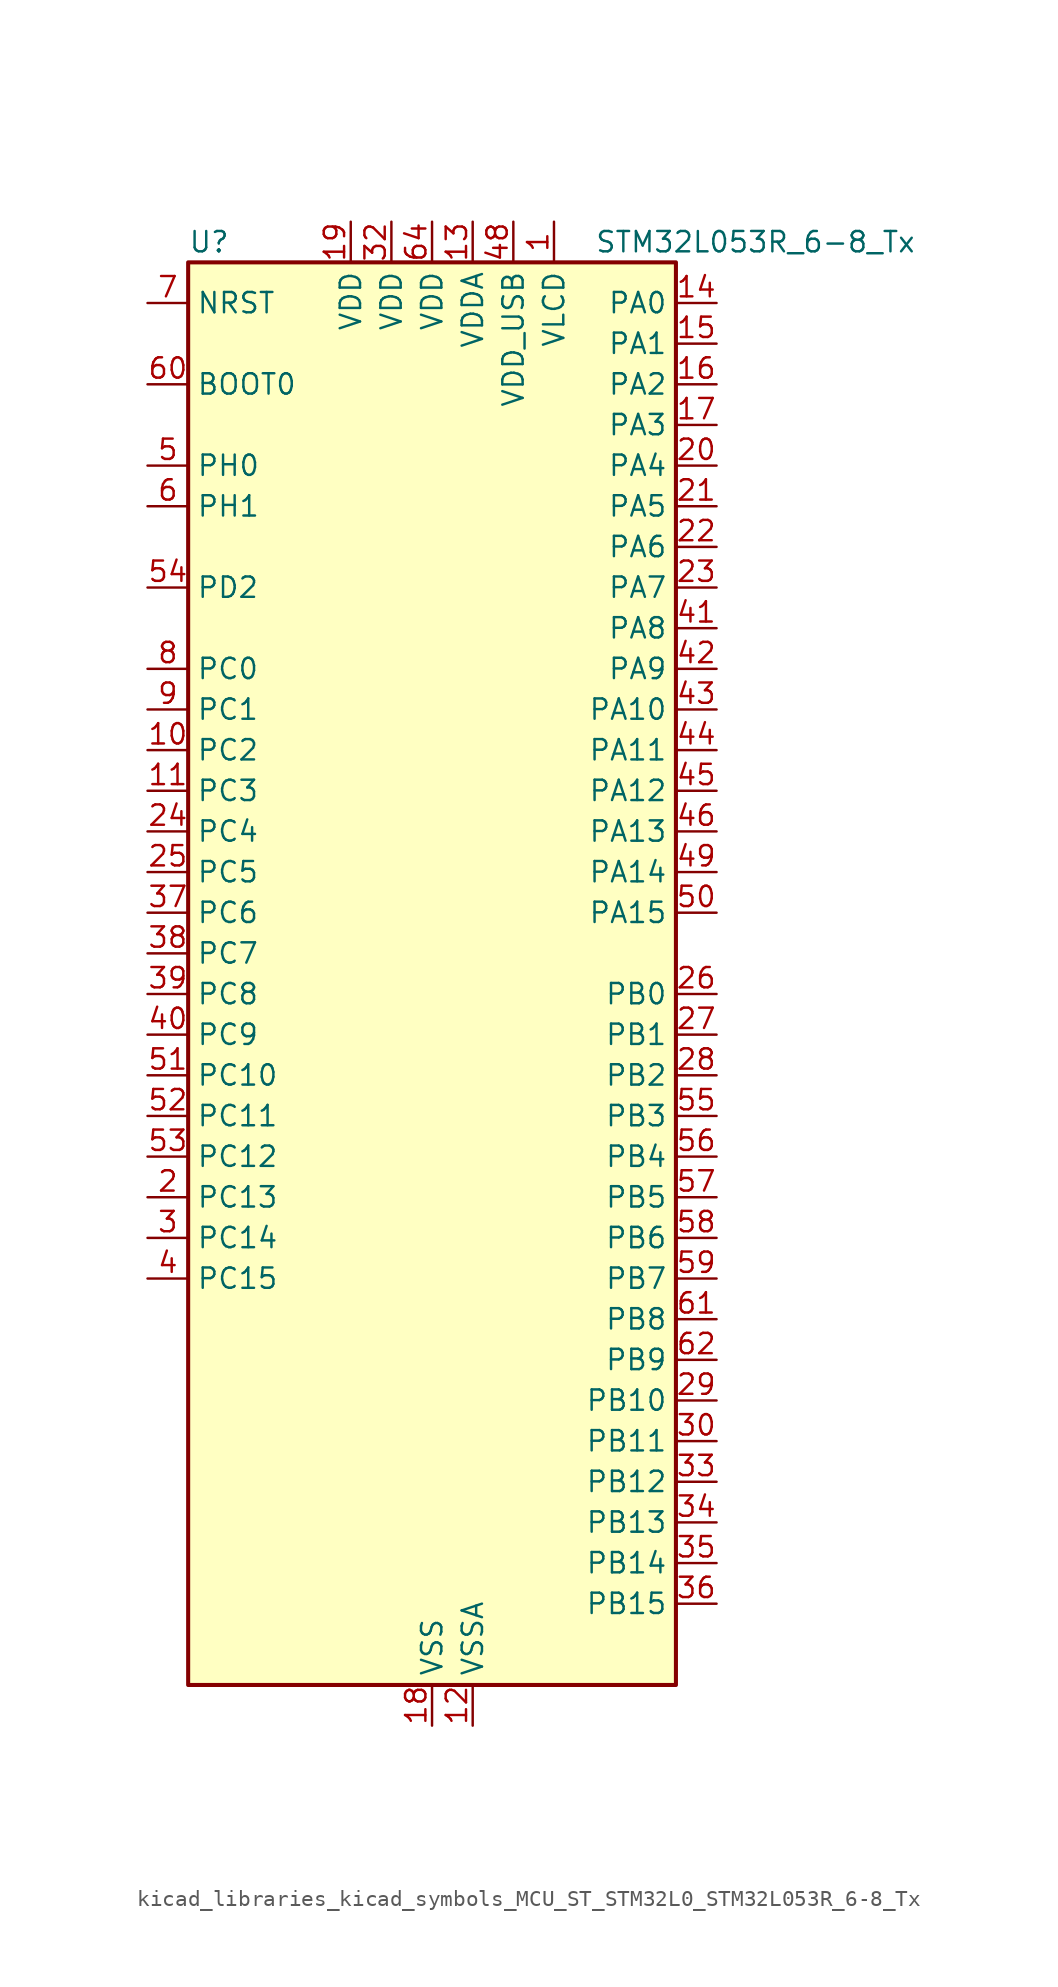
<source format=kicad_sym>
(kicad_symbol_lib
  (version 20220914)
  (generator kicad_symbol_editor)
  (symbol "kicad_libraries_kicad_symbols_MCU_ST_STM32L0_STM32L053R_6-8_Tx"
    (property "Reference" "U"
      (at -15.24 46.99 0)
      (effects (font (size 1.27 1.27)) (justify left)))
    (property "Value" "STM32L053R_6-8_Tx"
      (at 10.16 46.99 0)
      (effects (font (size 1.27 1.27)) (justify left)))
    (property "ki_locked" ""
      (at 0 0 0)
      (effects (font (size 1.27 1.27))))
    (symbol "kicad_libraries_kicad_symbols_MCU_ST_STM32L0_STM32L053R_6-8_Tx_0_1"
      (rectangle (start -15.24 -43.18) (end 15.24 45.72) (stroke (width 0.254) (type default)) (fill (type background))))
    (symbol "kicad_libraries_kicad_symbols_MCU_ST_STM32L0_STM32L053R_6-8_Tx_1_1"
      (pin power_in line (at 7.62 48.26 270) (length 2.54) (name "VLCD" (effects (font (size 1.27 1.27)))) (number "1" (effects (font (size 1.27 1.27)))))
      (pin bidirectional line (at -17.78 15.24 0) (length 2.54) (name "PC2" (effects (font (size 1.27 1.27)))) (number "10" (effects (font (size 1.27 1.27)))) (alternate "ADC_IN12" bidirectional line) (alternate "I2S2_MCK" bidirectional line) (alternate "LCD_SEG20" bidirectional line) (alternate "LPTIM1_IN2" bidirectional line) (alternate "SPI2_MISO" bidirectional line) (alternate "TSC_G7_IO3" bidirectional line))
      (pin bidirectional line (at -17.78 12.7 0) (length 2.54) (name "PC3" (effects (font (size 1.27 1.27)))) (number "11" (effects (font (size 1.27 1.27)))) (alternate "ADC_IN13" bidirectional line) (alternate "I2S2_SD" bidirectional line) (alternate "LCD_SEG21" bidirectional line) (alternate "LPTIM1_ETR" bidirectional line) (alternate "SPI2_MOSI" bidirectional line) (alternate "TSC_G7_IO4" bidirectional line))
      (pin power_in line (at 2.54 -45.72 90) (length 2.54) (name "VSSA" (effects (font (size 1.27 1.27)))) (number "12" (effects (font (size 1.27 1.27)))))
      (pin power_in line (at 2.54 48.26 270) (length 2.54) (name "VDDA" (effects (font (size 1.27 1.27)))) (number "13" (effects (font (size 1.27 1.27)))))
      (pin bidirectional line (at 17.78 43.18 180) (length 2.54) (name "PA0" (effects (font (size 1.27 1.27)))) (number "14" (effects (font (size 1.27 1.27)))) (alternate "ADC_IN0" bidirectional line) (alternate "COMP1_INM" bidirectional line) (alternate "COMP1_OUT" bidirectional line) (alternate "RTC_TAMP2" bidirectional line) (alternate "SYS_WKUP1" bidirectional line) (alternate "TIM2_CH1" bidirectional line) (alternate "TIM2_ETR" bidirectional line) (alternate "TSC_G1_IO1" bidirectional line) (alternate "USART2_CTS" bidirectional line))
      (pin bidirectional line (at 17.78 40.64 180) (length 2.54) (name "PA1" (effects (font (size 1.27 1.27)))) (number "15" (effects (font (size 1.27 1.27)))) (alternate "ADC_IN1" bidirectional line) (alternate "COMP1_INP" bidirectional line) (alternate "LCD_SEG0" bidirectional line) (alternate "TIM21_ETR" bidirectional line) (alternate "TIM2_CH2" bidirectional line) (alternate "TSC_G1_IO2" bidirectional line) (alternate "USART2_DE" bidirectional line) (alternate "USART2_RTS" bidirectional line))
      (pin bidirectional line (at 17.78 38.1 180) (length 2.54) (name "PA2" (effects (font (size 1.27 1.27)))) (number "16" (effects (font (size 1.27 1.27)))) (alternate "ADC_IN2" bidirectional line) (alternate "COMP2_INM" bidirectional line) (alternate "COMP2_OUT" bidirectional line) (alternate "LCD_SEG1" bidirectional line) (alternate "TIM21_CH1" bidirectional line) (alternate "TIM2_CH3" bidirectional line) (alternate "TSC_G1_IO3" bidirectional line) (alternate "USART2_TX" bidirectional line))
      (pin bidirectional line (at 17.78 35.56 180) (length 2.54) (name "PA3" (effects (font (size 1.27 1.27)))) (number "17" (effects (font (size 1.27 1.27)))) (alternate "ADC_IN3" bidirectional line) (alternate "COMP2_INP" bidirectional line) (alternate "LCD_SEG2" bidirectional line) (alternate "TIM21_CH2" bidirectional line) (alternate "TIM2_CH4" bidirectional line) (alternate "TSC_G1_IO4" bidirectional line) (alternate "USART2_RX" bidirectional line))
      (pin power_in line (at 0 -45.72 90) (length 2.54) (name "VSS" (effects (font (size 1.27 1.27)))) (number "18" (effects (font (size 1.27 1.27)))))
      (pin power_in line (at -5.08 48.26 270) (length 2.54) (name "VDD" (effects (font (size 1.27 1.27)))) (number "19" (effects (font (size 1.27 1.27)))))
      (pin bidirectional line (at -17.78 -12.7 0) (length 2.54) (name "PC13" (effects (font (size 1.27 1.27)))) (number "2" (effects (font (size 1.27 1.27)))) (alternate "RTC_OUT_ALARM" bidirectional line) (alternate "RTC_OUT_CALIB" bidirectional line) (alternate "RTC_TAMP1" bidirectional line) (alternate "RTC_TS" bidirectional line) (alternate "SYS_WKUP2" bidirectional line))
      (pin bidirectional line (at 17.78 33.02 180) (length 2.54) (name "PA4" (effects (font (size 1.27 1.27)))) (number "20" (effects (font (size 1.27 1.27)))) (alternate "ADC_IN4" bidirectional line) (alternate "COMP1_INM" bidirectional line) (alternate "COMP2_INM" bidirectional line) (alternate "DAC_OUT1" bidirectional line) (alternate "SPI1_NSS" bidirectional line) (alternate "TIM22_ETR" bidirectional line) (alternate "TSC_G2_IO1" bidirectional line) (alternate "USART2_CK" bidirectional line))
      (pin bidirectional line (at 17.78 30.48 180) (length 2.54) (name "PA5" (effects (font (size 1.27 1.27)))) (number "21" (effects (font (size 1.27 1.27)))) (alternate "ADC_IN5" bidirectional line) (alternate "COMP1_INM" bidirectional line) (alternate "COMP2_INM" bidirectional line) (alternate "SPI1_SCK" bidirectional line) (alternate "TIM2_CH1" bidirectional line) (alternate "TIM2_ETR" bidirectional line) (alternate "TSC_G2_IO2" bidirectional line))
      (pin bidirectional line (at 17.78 27.94 180) (length 2.54) (name "PA6" (effects (font (size 1.27 1.27)))) (number "22" (effects (font (size 1.27 1.27)))) (alternate "ADC_IN6" bidirectional line) (alternate "COMP1_OUT" bidirectional line) (alternate "LCD_SEG3" bidirectional line) (alternate "LPUART1_CTS" bidirectional line) (alternate "SPI1_MISO" bidirectional line) (alternate "TIM22_CH1" bidirectional line) (alternate "TSC_G2_IO3" bidirectional line))
      (pin bidirectional line (at 17.78 25.4 180) (length 2.54) (name "PA7" (effects (font (size 1.27 1.27)))) (number "23" (effects (font (size 1.27 1.27)))) (alternate "ADC_IN7" bidirectional line) (alternate "COMP2_OUT" bidirectional line) (alternate "LCD_SEG4" bidirectional line) (alternate "SPI1_MOSI" bidirectional line) (alternate "TIM22_CH2" bidirectional line) (alternate "TSC_G2_IO4" bidirectional line))
      (pin bidirectional line (at -17.78 10.16 0) (length 2.54) (name "PC4" (effects (font (size 1.27 1.27)))) (number "24" (effects (font (size 1.27 1.27)))) (alternate "ADC_IN14" bidirectional line) (alternate "LCD_SEG22" bidirectional line) (alternate "LPUART1_TX" bidirectional line))
      (pin bidirectional line (at -17.78 7.62 0) (length 2.54) (name "PC5" (effects (font (size 1.27 1.27)))) (number "25" (effects (font (size 1.27 1.27)))) (alternate "ADC_IN15" bidirectional line) (alternate "LCD_SEG23" bidirectional line) (alternate "LPUART1_RX" bidirectional line) (alternate "TSC_G3_IO1" bidirectional line))
      (pin bidirectional line (at 17.78 0 180) (length 2.54) (name "PB0" (effects (font (size 1.27 1.27)))) (number "26" (effects (font (size 1.27 1.27)))) (alternate "ADC_IN8" bidirectional line) (alternate "LCD_SEG5" bidirectional line) (alternate "LCD_VLCD3" bidirectional line) (alternate "SYS_VREF_OUT_PB0" bidirectional line) (alternate "TSC_G3_IO2" bidirectional line))
      (pin bidirectional line (at 17.78 -2.54 180) (length 2.54) (name "PB1" (effects (font (size 1.27 1.27)))) (number "27" (effects (font (size 1.27 1.27)))) (alternate "ADC_IN9" bidirectional line) (alternate "LCD_SEG6" bidirectional line) (alternate "LPUART1_DE" bidirectional line) (alternate "LPUART1_RTS" bidirectional line) (alternate "SYS_VREF_OUT_PB1" bidirectional line) (alternate "TSC_G3_IO3" bidirectional line))
      (pin bidirectional line (at 17.78 -5.08 180) (length 2.54) (name "PB2" (effects (font (size 1.27 1.27)))) (number "28" (effects (font (size 1.27 1.27)))) (alternate "LCD_VLCD1" bidirectional line) (alternate "LPTIM1_OUT" bidirectional line) (alternate "TSC_G3_IO4" bidirectional line))
      (pin bidirectional line (at 17.78 -25.4 180) (length 2.54) (name "PB10" (effects (font (size 1.27 1.27)))) (number "29" (effects (font (size 1.27 1.27)))) (alternate "I2C2_SCL" bidirectional line) (alternate "LCD_SEG10" bidirectional line) (alternate "LPUART1_TX" bidirectional line) (alternate "SPI2_SCK" bidirectional line) (alternate "TIM2_CH3" bidirectional line) (alternate "TSC_SYNC" bidirectional line))
      (pin bidirectional line (at -17.78 -15.24 0) (length 2.54) (name "PC14" (effects (font (size 1.27 1.27)))) (number "3" (effects (font (size 1.27 1.27)))) (alternate "RCC_OSC32_IN" bidirectional line))
      (pin bidirectional line (at 17.78 -27.94 180) (length 2.54) (name "PB11" (effects (font (size 1.27 1.27)))) (number "30" (effects (font (size 1.27 1.27)))) (alternate "ADC_EXTI11" bidirectional line) (alternate "I2C2_SDA" bidirectional line) (alternate "LCD_SEG11" bidirectional line) (alternate "LPUART1_RX" bidirectional line) (alternate "TIM2_CH4" bidirectional line) (alternate "TSC_G6_IO1" bidirectional line))
      (pin passive line (at 0 -45.72 90) (length 2.54) hide (name "VSS" (effects (font (size 1.27 1.27)))) (number "31" (effects (font (size 1.27 1.27)))))
      (pin power_in line (at -2.54 48.26 270) (length 2.54) (name "VDD" (effects (font (size 1.27 1.27)))) (number "32" (effects (font (size 1.27 1.27)))))
      (pin bidirectional line (at 17.78 -30.48 180) (length 2.54) (name "PB12" (effects (font (size 1.27 1.27)))) (number "33" (effects (font (size 1.27 1.27)))) (alternate "I2S2_WS" bidirectional line) (alternate "LCD_SEG12" bidirectional line) (alternate "LCD_VLCD2" bidirectional line) (alternate "LPUART1_DE" bidirectional line) (alternate "LPUART1_RTS" bidirectional line) (alternate "SPI2_NSS" bidirectional line) (alternate "TSC_G6_IO2" bidirectional line))
      (pin bidirectional line (at 17.78 -33.02 180) (length 2.54) (name "PB13" (effects (font (size 1.27 1.27)))) (number "34" (effects (font (size 1.27 1.27)))) (alternate "I2C2_SCL" bidirectional line) (alternate "I2S2_CK" bidirectional line) (alternate "LCD_SEG13" bidirectional line) (alternate "LPUART1_CTS" bidirectional line) (alternate "SPI2_SCK" bidirectional line) (alternate "TIM21_CH1" bidirectional line) (alternate "TSC_G6_IO3" bidirectional line))
      (pin bidirectional line (at 17.78 -35.56 180) (length 2.54) (name "PB14" (effects (font (size 1.27 1.27)))) (number "35" (effects (font (size 1.27 1.27)))) (alternate "I2C2_SDA" bidirectional line) (alternate "I2S2_MCK" bidirectional line) (alternate "LCD_SEG14" bidirectional line) (alternate "LPUART1_DE" bidirectional line) (alternate "LPUART1_RTS" bidirectional line) (alternate "RTC_OUT_ALARM" bidirectional line) (alternate "RTC_OUT_CALIB" bidirectional line) (alternate "SPI2_MISO" bidirectional line) (alternate "TIM21_CH2" bidirectional line) (alternate "TSC_G6_IO4" bidirectional line))
      (pin bidirectional line (at 17.78 -38.1 180) (length 2.54) (name "PB15" (effects (font (size 1.27 1.27)))) (number "36" (effects (font (size 1.27 1.27)))) (alternate "I2S2_SD" bidirectional line) (alternate "LCD_SEG15" bidirectional line) (alternate "RTC_REFIN" bidirectional line) (alternate "SPI2_MOSI" bidirectional line))
      (pin bidirectional line (at -17.78 5.08 0) (length 2.54) (name "PC6" (effects (font (size 1.27 1.27)))) (number "37" (effects (font (size 1.27 1.27)))) (alternate "LCD_SEG24" bidirectional line) (alternate "TIM22_CH1" bidirectional line) (alternate "TSC_G8_IO1" bidirectional line))
      (pin bidirectional line (at -17.78 2.54 0) (length 2.54) (name "PC7" (effects (font (size 1.27 1.27)))) (number "38" (effects (font (size 1.27 1.27)))) (alternate "LCD_SEG25" bidirectional line) (alternate "TIM22_CH2" bidirectional line) (alternate "TSC_G8_IO2" bidirectional line))
      (pin bidirectional line (at -17.78 0 0) (length 2.54) (name "PC8" (effects (font (size 1.27 1.27)))) (number "39" (effects (font (size 1.27 1.27)))) (alternate "LCD_SEG26" bidirectional line) (alternate "TIM22_ETR" bidirectional line) (alternate "TSC_G8_IO3" bidirectional line))
      (pin bidirectional line (at -17.78 -17.78 0) (length 2.54) (name "PC15" (effects (font (size 1.27 1.27)))) (number "4" (effects (font (size 1.27 1.27)))) (alternate "RCC_OSC32_OUT" bidirectional line))
      (pin bidirectional line (at -17.78 -2.54 0) (length 2.54) (name "PC9" (effects (font (size 1.27 1.27)))) (number "40" (effects (font (size 1.27 1.27)))) (alternate "DAC_EXTI9" bidirectional line) (alternate "LCD_SEG27" bidirectional line) (alternate "TIM21_ETR" bidirectional line) (alternate "TSC_G8_IO4" bidirectional line) (alternate "USB_NOE" bidirectional line))
      (pin bidirectional line (at 17.78 22.86 180) (length 2.54) (name "PA8" (effects (font (size 1.27 1.27)))) (number "41" (effects (font (size 1.27 1.27)))) (alternate "CRS_SYNC" bidirectional line) (alternate "LCD_COM0" bidirectional line) (alternate "RCC_MCO" bidirectional line) (alternate "USART1_CK" bidirectional line))
      (pin bidirectional line (at 17.78 20.32 180) (length 2.54) (name "PA9" (effects (font (size 1.27 1.27)))) (number "42" (effects (font (size 1.27 1.27)))) (alternate "DAC_EXTI9" bidirectional line) (alternate "LCD_COM1" bidirectional line) (alternate "RCC_MCO" bidirectional line) (alternate "TSC_G4_IO1" bidirectional line) (alternate "USART1_TX" bidirectional line))
      (pin bidirectional line (at 17.78 17.78 180) (length 2.54) (name "PA10" (effects (font (size 1.27 1.27)))) (number "43" (effects (font (size 1.27 1.27)))) (alternate "LCD_COM2" bidirectional line) (alternate "TSC_G4_IO2" bidirectional line) (alternate "USART1_RX" bidirectional line))
      (pin bidirectional line (at 17.78 15.24 180) (length 2.54) (name "PA11" (effects (font (size 1.27 1.27)))) (number "44" (effects (font (size 1.27 1.27)))) (alternate "ADC_EXTI11" bidirectional line) (alternate "COMP1_OUT" bidirectional line) (alternate "SPI1_MISO" bidirectional line) (alternate "TSC_G4_IO3" bidirectional line) (alternate "USART1_CTS" bidirectional line) (alternate "USB_DM" bidirectional line))
      (pin bidirectional line (at 17.78 12.7 180) (length 2.54) (name "PA12" (effects (font (size 1.27 1.27)))) (number "45" (effects (font (size 1.27 1.27)))) (alternate "COMP2_OUT" bidirectional line) (alternate "SPI1_MOSI" bidirectional line) (alternate "TSC_G4_IO4" bidirectional line) (alternate "USART1_DE" bidirectional line) (alternate "USART1_RTS" bidirectional line) (alternate "USB_DP" bidirectional line))
      (pin bidirectional line (at 17.78 10.16 180) (length 2.54) (name "PA13" (effects (font (size 1.27 1.27)))) (number "46" (effects (font (size 1.27 1.27)))) (alternate "SYS_SWDIO" bidirectional line) (alternate "USB_NOE" bidirectional line))
      (pin passive line (at 0 -45.72 90) (length 2.54) hide (name "VSS" (effects (font (size 1.27 1.27)))) (number "47" (effects (font (size 1.27 1.27)))))
      (pin power_in line (at 5.08 48.26 270) (length 2.54) (name "VDD_USB" (effects (font (size 1.27 1.27)))) (number "48" (effects (font (size 1.27 1.27)))))
      (pin bidirectional line (at 17.78 7.62 180) (length 2.54) (name "PA14" (effects (font (size 1.27 1.27)))) (number "49" (effects (font (size 1.27 1.27)))) (alternate "SYS_SWCLK" bidirectional line) (alternate "USART2_TX" bidirectional line))
      (pin bidirectional line (at -17.78 33.02 0) (length 2.54) (name "PH0" (effects (font (size 1.27 1.27)))) (number "5" (effects (font (size 1.27 1.27)))) (alternate "CRS_SYNC" bidirectional line) (alternate "RCC_OSC_IN" bidirectional line))
      (pin bidirectional line (at 17.78 5.08 180) (length 2.54) (name "PA15" (effects (font (size 1.27 1.27)))) (number "50" (effects (font (size 1.27 1.27)))) (alternate "LCD_SEG17" bidirectional line) (alternate "SPI1_NSS" bidirectional line) (alternate "TIM2_CH1" bidirectional line) (alternate "TIM2_ETR" bidirectional line) (alternate "USART2_RX" bidirectional line))
      (pin bidirectional line (at -17.78 -5.08 0) (length 2.54) (name "PC10" (effects (font (size 1.27 1.27)))) (number "51" (effects (font (size 1.27 1.27)))) (alternate "LCD_COM4" bidirectional line) (alternate "LCD_SEG28" bidirectional line) (alternate "LPUART1_TX" bidirectional line))
      (pin bidirectional line (at -17.78 -7.62 0) (length 2.54) (name "PC11" (effects (font (size 1.27 1.27)))) (number "52" (effects (font (size 1.27 1.27)))) (alternate "ADC_EXTI11" bidirectional line) (alternate "LCD_COM5" bidirectional line) (alternate "LCD_SEG29" bidirectional line) (alternate "LPUART1_RX" bidirectional line))
      (pin bidirectional line (at -17.78 -10.16 0) (length 2.54) (name "PC12" (effects (font (size 1.27 1.27)))) (number "53" (effects (font (size 1.27 1.27)))) (alternate "LCD_COM6" bidirectional line) (alternate "LCD_SEG30" bidirectional line))
      (pin bidirectional line (at -17.78 25.4 0) (length 2.54) (name "PD2" (effects (font (size 1.27 1.27)))) (number "54" (effects (font (size 1.27 1.27)))) (alternate "LCD_COM7" bidirectional line) (alternate "LCD_SEG31" bidirectional line) (alternate "LPUART1_DE" bidirectional line) (alternate "LPUART1_RTS" bidirectional line))
      (pin bidirectional line (at 17.78 -7.62 180) (length 2.54) (name "PB3" (effects (font (size 1.27 1.27)))) (number "55" (effects (font (size 1.27 1.27)))) (alternate "COMP2_INM" bidirectional line) (alternate "LCD_SEG7" bidirectional line) (alternate "SPI1_SCK" bidirectional line) (alternate "TIM2_CH2" bidirectional line) (alternate "TSC_G5_IO1" bidirectional line))
      (pin bidirectional line (at 17.78 -10.16 180) (length 2.54) (name "PB4" (effects (font (size 1.27 1.27)))) (number "56" (effects (font (size 1.27 1.27)))) (alternate "COMP2_INP" bidirectional line) (alternate "LCD_SEG8" bidirectional line) (alternate "SPI1_MISO" bidirectional line) (alternate "TIM22_CH1" bidirectional line) (alternate "TSC_G5_IO2" bidirectional line))
      (pin bidirectional line (at 17.78 -12.7 180) (length 2.54) (name "PB5" (effects (font (size 1.27 1.27)))) (number "57" (effects (font (size 1.27 1.27)))) (alternate "COMP2_INP" bidirectional line) (alternate "I2C1_SMBA" bidirectional line) (alternate "LCD_SEG9" bidirectional line) (alternate "LPTIM1_IN1" bidirectional line) (alternate "SPI1_MOSI" bidirectional line) (alternate "TIM22_CH2" bidirectional line))
      (pin bidirectional line (at 17.78 -15.24 180) (length 2.54) (name "PB6" (effects (font (size 1.27 1.27)))) (number "58" (effects (font (size 1.27 1.27)))) (alternate "COMP2_INP" bidirectional line) (alternate "I2C1_SCL" bidirectional line) (alternate "LPTIM1_ETR" bidirectional line) (alternate "TSC_G5_IO3" bidirectional line) (alternate "USART1_TX" bidirectional line))
      (pin bidirectional line (at 17.78 -17.78 180) (length 2.54) (name "PB7" (effects (font (size 1.27 1.27)))) (number "59" (effects (font (size 1.27 1.27)))) (alternate "COMP2_INP" bidirectional line) (alternate "I2C1_SDA" bidirectional line) (alternate "LPTIM1_IN2" bidirectional line) (alternate "SYS_PVD_IN" bidirectional line) (alternate "TSC_G5_IO4" bidirectional line) (alternate "USART1_RX" bidirectional line))
      (pin bidirectional line (at -17.78 30.48 0) (length 2.54) (name "PH1" (effects (font (size 1.27 1.27)))) (number "6" (effects (font (size 1.27 1.27)))) (alternate "RCC_OSC_OUT" bidirectional line))
      (pin input line (at -17.78 38.1 0) (length 2.54) (name "BOOT0" (effects (font (size 1.27 1.27)))) (number "60" (effects (font (size 1.27 1.27)))))
      (pin bidirectional line (at 17.78 -20.32 180) (length 2.54) (name "PB8" (effects (font (size 1.27 1.27)))) (number "61" (effects (font (size 1.27 1.27)))) (alternate "I2C1_SCL" bidirectional line) (alternate "LCD_SEG16" bidirectional line) (alternate "TSC_SYNC" bidirectional line))
      (pin bidirectional line (at 17.78 -22.86 180) (length 2.54) (name "PB9" (effects (font (size 1.27 1.27)))) (number "62" (effects (font (size 1.27 1.27)))) (alternate "DAC_EXTI9" bidirectional line) (alternate "I2C1_SDA" bidirectional line) (alternate "I2S2_WS" bidirectional line) (alternate "LCD_COM3" bidirectional line) (alternate "SPI2_NSS" bidirectional line))
      (pin passive line (at 0 -45.72 90) (length 2.54) hide (name "VSS" (effects (font (size 1.27 1.27)))) (number "63" (effects (font (size 1.27 1.27)))))
      (pin power_in line (at 0 48.26 270) (length 2.54) (name "VDD" (effects (font (size 1.27 1.27)))) (number "64" (effects (font (size 1.27 1.27)))))
      (pin input line (at -17.78 43.18 0) (length 2.54) (name "NRST" (effects (font (size 1.27 1.27)))) (number "7" (effects (font (size 1.27 1.27)))))
      (pin bidirectional line (at -17.78 20.32 0) (length 2.54) (name "PC0" (effects (font (size 1.27 1.27)))) (number "8" (effects (font (size 1.27 1.27)))) (alternate "ADC_IN10" bidirectional line) (alternate "LCD_SEG18" bidirectional line) (alternate "LPTIM1_IN1" bidirectional line) (alternate "TSC_G7_IO1" bidirectional line))
      (pin bidirectional line (at -17.78 17.78 0) (length 2.54) (name "PC1" (effects (font (size 1.27 1.27)))) (number "9" (effects (font (size 1.27 1.27)))) (alternate "ADC_IN11" bidirectional line) (alternate "LCD_SEG19" bidirectional line) (alternate "LPTIM1_OUT" bidirectional line) (alternate "TSC_G7_IO2" bidirectional line)))))
</source>
